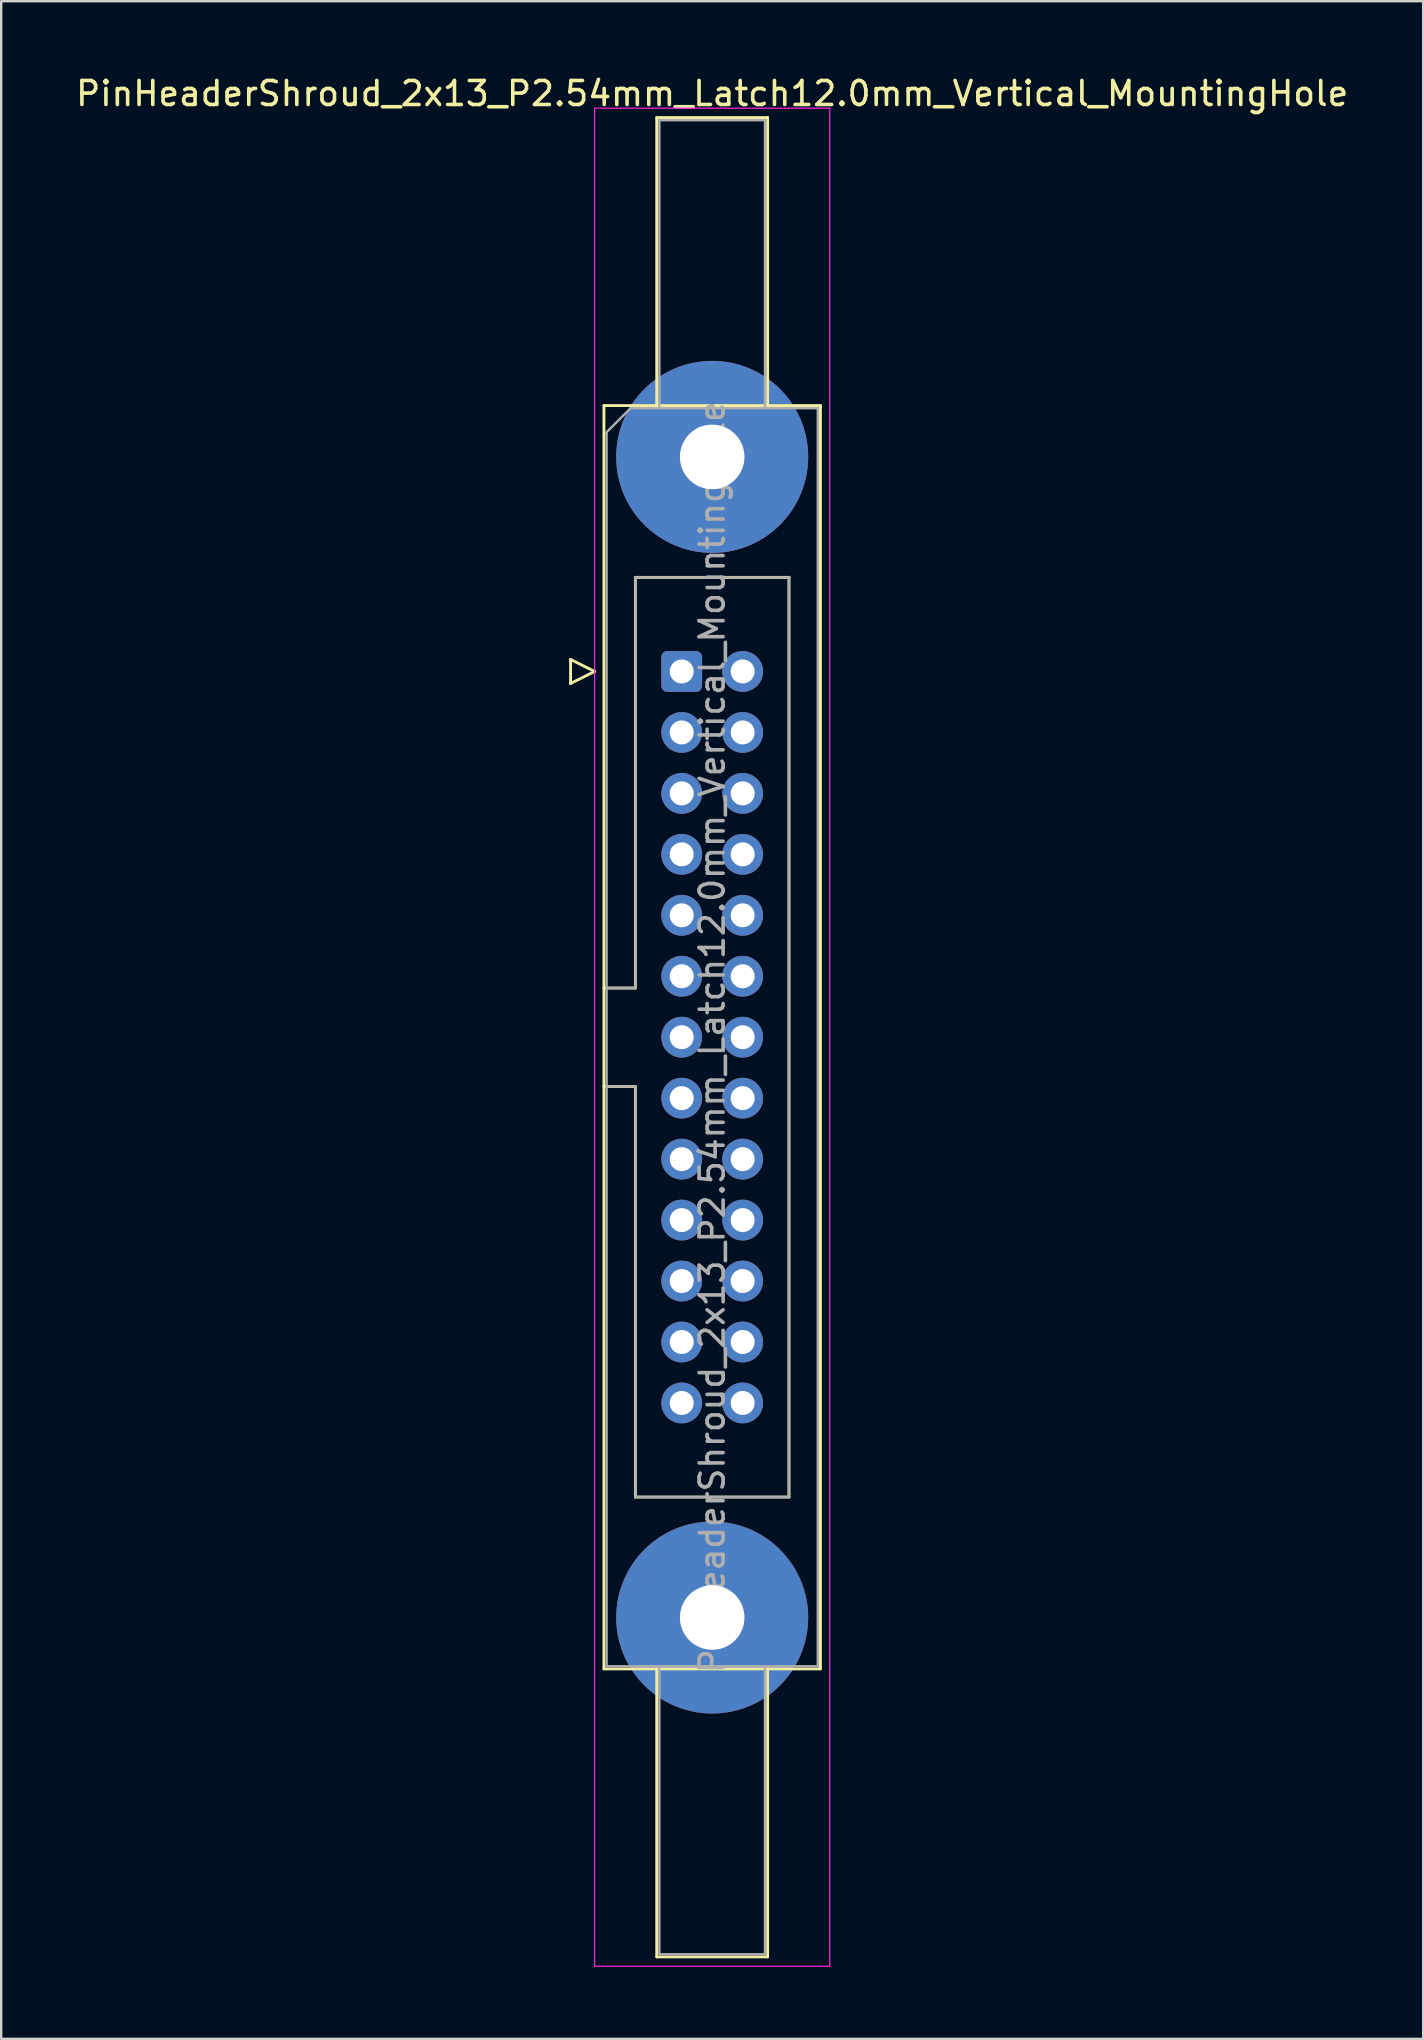
<source format=kicad_pcb>
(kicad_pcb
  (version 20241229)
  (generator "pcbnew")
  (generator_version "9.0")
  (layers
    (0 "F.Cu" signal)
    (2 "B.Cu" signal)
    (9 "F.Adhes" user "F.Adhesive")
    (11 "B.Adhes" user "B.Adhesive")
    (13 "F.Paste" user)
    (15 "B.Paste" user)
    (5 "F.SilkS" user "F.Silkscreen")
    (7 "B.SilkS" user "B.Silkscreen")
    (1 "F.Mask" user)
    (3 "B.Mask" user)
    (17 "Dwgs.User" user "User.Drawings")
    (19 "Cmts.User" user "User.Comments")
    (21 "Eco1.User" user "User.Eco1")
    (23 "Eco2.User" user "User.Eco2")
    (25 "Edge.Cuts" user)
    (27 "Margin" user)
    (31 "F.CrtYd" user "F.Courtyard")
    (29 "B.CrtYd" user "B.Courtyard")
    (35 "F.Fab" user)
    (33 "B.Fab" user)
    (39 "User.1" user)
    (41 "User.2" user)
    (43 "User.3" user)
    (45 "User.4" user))
  (footprint "PinHeaderShroud_2x13_P2.54mm_Latch12.0mm_Vertical_MountingHole"
    (layer "F.Cu")
    (at 25.355 24.928)
    (property "Reference" "PinHeaderShroud_2x13_P2.54mm_Latch12.0mm_Vertical_MountingHole" (at 1.27 -24.08 0) (layer "F.SilkS") (effects (font (size 1 1) (thickness 0.15))))
    (attr through_hole)
    (fp_line (start -4.63 -0.5) (end -4.63 0.5) (stroke (width 0.12) (type solid)) (layer "F.SilkS"))
    (fp_line (start -4.63 0.5) (end -3.63 0) (stroke (width 0.12) (type solid)) (layer "F.SilkS"))
    (fp_line (start -3.63 0) (end -4.63 -0.5) (stroke (width 0.12) (type solid)) (layer "F.SilkS"))
    (fp_line (start -3.24 -11.08) (end 5.78 -11.08) (stroke (width 0.12) (type solid)) (layer "F.SilkS"))
    (fp_line (start -3.24 13.19) (end -1.93 13.19) (stroke (width 0.12) (type solid)) (layer "F.SilkS"))
    (fp_line (start -3.24 17.29) (end -1.93 17.29) (stroke (width 0.12) (type solid)) (layer "F.SilkS"))
    (fp_line (start -3.24 41.56) (end -3.24 -11.08) (stroke (width 0.12) (type solid)) (layer "F.SilkS"))
    (fp_line (start -1.93 -3.92) (end 4.47 -3.92) (stroke (width 0.12) (type solid)) (layer "F.SilkS"))
    (fp_line (start -1.93 13.19) (end -1.93 -3.92) (stroke (width 0.12) (type solid)) (layer "F.SilkS"))
    (fp_line (start -1.93 34.4) (end -1.93 17.29) (stroke (width 0.12) (type solid)) (layer "F.SilkS"))
    (fp_line (start -1.04 -23.08) (end 3.58 -23.08) (stroke (width 0.12) (type solid)) (layer "F.SilkS"))
    (fp_line (start -1.04 -11.08) (end -1.04 -23.08) (stroke (width 0.12) (type solid)) (layer "F.SilkS"))
    (fp_line (start -1.04 41.56) (end -1.04 53.56) (stroke (width 0.12) (type solid)) (layer "F.SilkS"))
    (fp_line (start -1.04 53.56) (end 3.58 53.56) (stroke (width 0.12) (type solid)) (layer "F.SilkS"))
    (fp_line (start 3.58 -23.08) (end 3.58 -11.08) (stroke (width 0.12) (type solid)) (layer "F.SilkS"))
    (fp_line (start 3.58 53.56) (end 3.58 41.56) (stroke (width 0.12) (type solid)) (layer "F.SilkS"))
    (fp_line (start 4.47 -3.92) (end 4.47 34.4) (stroke (width 0.12) (type solid)) (layer "F.SilkS"))
    (fp_line (start 4.47 34.4) (end -1.93 34.4) (stroke (width 0.12) (type solid)) (layer "F.SilkS"))
    (fp_line (start 5.78 -11.08) (end 5.78 41.56) (stroke (width 0.12) (type solid)) (layer "F.SilkS"))
    (fp_line (start 5.78 41.56) (end -3.24 41.56) (stroke (width 0.12) (type solid)) (layer "F.SilkS"))
    (fp_line (start -3.63 -23.47) (end -3.63 53.95) (stroke (width 0.05) (type solid)) (layer "F.CrtYd"))
    (fp_line (start -3.63 53.95) (end 6.17 53.95) (stroke (width 0.05) (type solid)) (layer "F.CrtYd"))
    (fp_line (start 6.17 -23.47) (end -3.63 -23.47) (stroke (width 0.05) (type solid)) (layer "F.CrtYd"))
    (fp_line (start 6.17 53.95) (end 6.17 -23.47) (stroke (width 0.05) (type solid)) (layer "F.CrtYd"))
    (fp_line (start -3.13 -9.97) (end -2.13 -10.97) (stroke (width 0.1) (type solid)) (layer "F.Fab"))
    (fp_line (start -3.13 13.19) (end -1.93 13.19) (stroke (width 0.1) (type solid)) (layer "F.Fab"))
    (fp_line (start -3.13 17.29) (end -1.93 17.29) (stroke (width 0.1) (type solid)) (layer "F.Fab"))
    (fp_line (start -3.13 41.45) (end -3.13 -9.97) (stroke (width 0.1) (type solid)) (layer "F.Fab"))
    (fp_line (start -2.13 -10.97) (end 5.67 -10.97) (stroke (width 0.1) (type solid)) (layer "F.Fab"))
    (fp_line (start -1.93 -3.92) (end 4.47 -3.92) (stroke (width 0.1) (type solid)) (layer "F.Fab"))
    (fp_line (start -1.93 13.19) (end -1.93 -3.92) (stroke (width 0.1) (type solid)) (layer "F.Fab"))
    (fp_line (start -1.93 34.4) (end -1.93 17.29) (stroke (width 0.1) (type solid)) (layer "F.Fab"))
    (fp_line (start -0.93 -22.97) (end 3.47 -22.97) (stroke (width 0.1) (type solid)) (layer "F.Fab"))
    (fp_line (start -0.93 -10.97) (end -0.93 -22.97) (stroke (width 0.1) (type solid)) (layer "F.Fab"))
    (fp_line (start -0.93 41.45) (end -0.93 53.45) (stroke (width 0.1) (type solid)) (layer "F.Fab"))
    (fp_line (start -0.93 53.45) (end 3.47 53.45) (stroke (width 0.1) (type solid)) (layer "F.Fab"))
    (fp_line (start 3.47 -22.97) (end 3.47 -10.97) (stroke (width 0.1) (type solid)) (layer "F.Fab"))
    (fp_line (start 3.47 53.45) (end 3.47 41.45) (stroke (width 0.1) (type solid)) (layer "F.Fab"))
    (fp_line (start 4.47 -3.92) (end 4.47 34.4) (stroke (width 0.1) (type solid)) (layer "F.Fab"))
    (fp_line (start 4.47 34.4) (end -1.93 34.4) (stroke (width 0.1) (type solid)) (layer "F.Fab"))
    (fp_line (start 5.67 -10.97) (end 5.67 41.45) (stroke (width 0.1) (type solid)) (layer "F.Fab"))
    (fp_line (start 5.67 41.45) (end -3.13 41.45) (stroke (width 0.1) (type solid)) (layer "F.Fab"))
    (fp_text user "${REFERENCE}" (at 1.27 15.24 90) (layer "F.Fab") (effects (font (size 1 1) (thickness 0.15))))
    (pad "" thru_hole circle (at 1.27 -8.94) (size 8 8) (drill 2.69) (layers "*.Cu" "*.Mask"))
    (pad "" thru_hole circle (at 1.27 39.42) (size 8 8) (drill 2.69) (layers "*.Cu" "*.Mask"))
    (pad "1" thru_hole roundrect (at 0 0) (size 1.7 1.7) (drill 1) (layers "*.Cu" "*.Mask") (roundrect_rratio 0.147))
    (pad "2" thru_hole circle (at 2.54 0) (size 1.7 1.7) (drill 1) (layers "*.Cu" "*.Mask"))
    (pad "3" thru_hole circle (at 0 2.54) (size 1.7 1.7) (drill 1) (layers "*.Cu" "*.Mask"))
    (pad "4" thru_hole circle (at 2.54 2.54) (size 1.7 1.7) (drill 1) (layers "*.Cu" "*.Mask"))
    (pad "5" thru_hole circle (at 0 5.08) (size 1.7 1.7) (drill 1) (layers "*.Cu" "*.Mask"))
    (pad "6" thru_hole circle (at 2.54 5.08) (size 1.7 1.7) (drill 1) (layers "*.Cu" "*.Mask"))
    (pad "7" thru_hole circle (at 0 7.62) (size 1.7 1.7) (drill 1) (layers "*.Cu" "*.Mask"))
    (pad "8" thru_hole circle (at 2.54 7.62) (size 1.7 1.7) (drill 1) (layers "*.Cu" "*.Mask"))
    (pad "9" thru_hole circle (at 0 10.16) (size 1.7 1.7) (drill 1) (layers "*.Cu" "*.Mask"))
    (pad "10" thru_hole circle (at 2.54 10.16) (size 1.7 1.7) (drill 1) (layers "*.Cu" "*.Mask"))
    (pad "11" thru_hole circle (at 0 12.7) (size 1.7 1.7) (drill 1) (layers "*.Cu" "*.Mask"))
    (pad "12" thru_hole circle (at 2.54 12.7) (size 1.7 1.7) (drill 1) (layers "*.Cu" "*.Mask"))
    (pad "13" thru_hole circle (at 0 15.24) (size 1.7 1.7) (drill 1) (layers "*.Cu" "*.Mask"))
    (pad "14" thru_hole circle (at 2.54 15.24) (size 1.7 1.7) (drill 1) (layers "*.Cu" "*.Mask"))
    (pad "15" thru_hole circle (at 0 17.78) (size 1.7 1.7) (drill 1) (layers "*.Cu" "*.Mask"))
    (pad "16" thru_hole circle (at 2.54 17.78) (size 1.7 1.7) (drill 1) (layers "*.Cu" "*.Mask"))
    (pad "17" thru_hole circle (at 0 20.32) (size 1.7 1.7) (drill 1) (layers "*.Cu" "*.Mask"))
    (pad "18" thru_hole circle (at 2.54 20.32) (size 1.7 1.7) (drill 1) (layers "*.Cu" "*.Mask"))
    (pad "19" thru_hole circle (at 0 22.86) (size 1.7 1.7) (drill 1) (layers "*.Cu" "*.Mask"))
    (pad "20" thru_hole circle (at 2.54 22.86) (size 1.7 1.7) (drill 1) (layers "*.Cu" "*.Mask"))
    (pad "21" thru_hole circle (at 0 25.4) (size 1.7 1.7) (drill 1) (layers "*.Cu" "*.Mask"))
    (pad "22" thru_hole circle (at 2.54 25.4) (size 1.7 1.7) (drill 1) (layers "*.Cu" "*.Mask"))
    (pad "23" thru_hole circle (at 0 27.94) (size 1.7 1.7) (drill 1) (layers "*.Cu" "*.Mask"))
    (pad "24" thru_hole circle (at 2.54 27.94) (size 1.7 1.7) (drill 1) (layers "*.Cu" "*.Mask"))
    (pad "25" thru_hole circle (at 0 30.48) (size 1.7 1.7) (drill 1) (layers "*.Cu" "*.Mask"))
    (pad "26" thru_hole circle (at 2.54 30.48) (size 1.7 1.7) (drill 1) (layers "*.Cu" "*.Mask")))
  (gr_rect
    (start -3 -3)
    (end 56.25 81.903)
    (stroke (width 0.1) (type default))
    (fill no)
    (layer "Edge.Cuts")))
</source>
